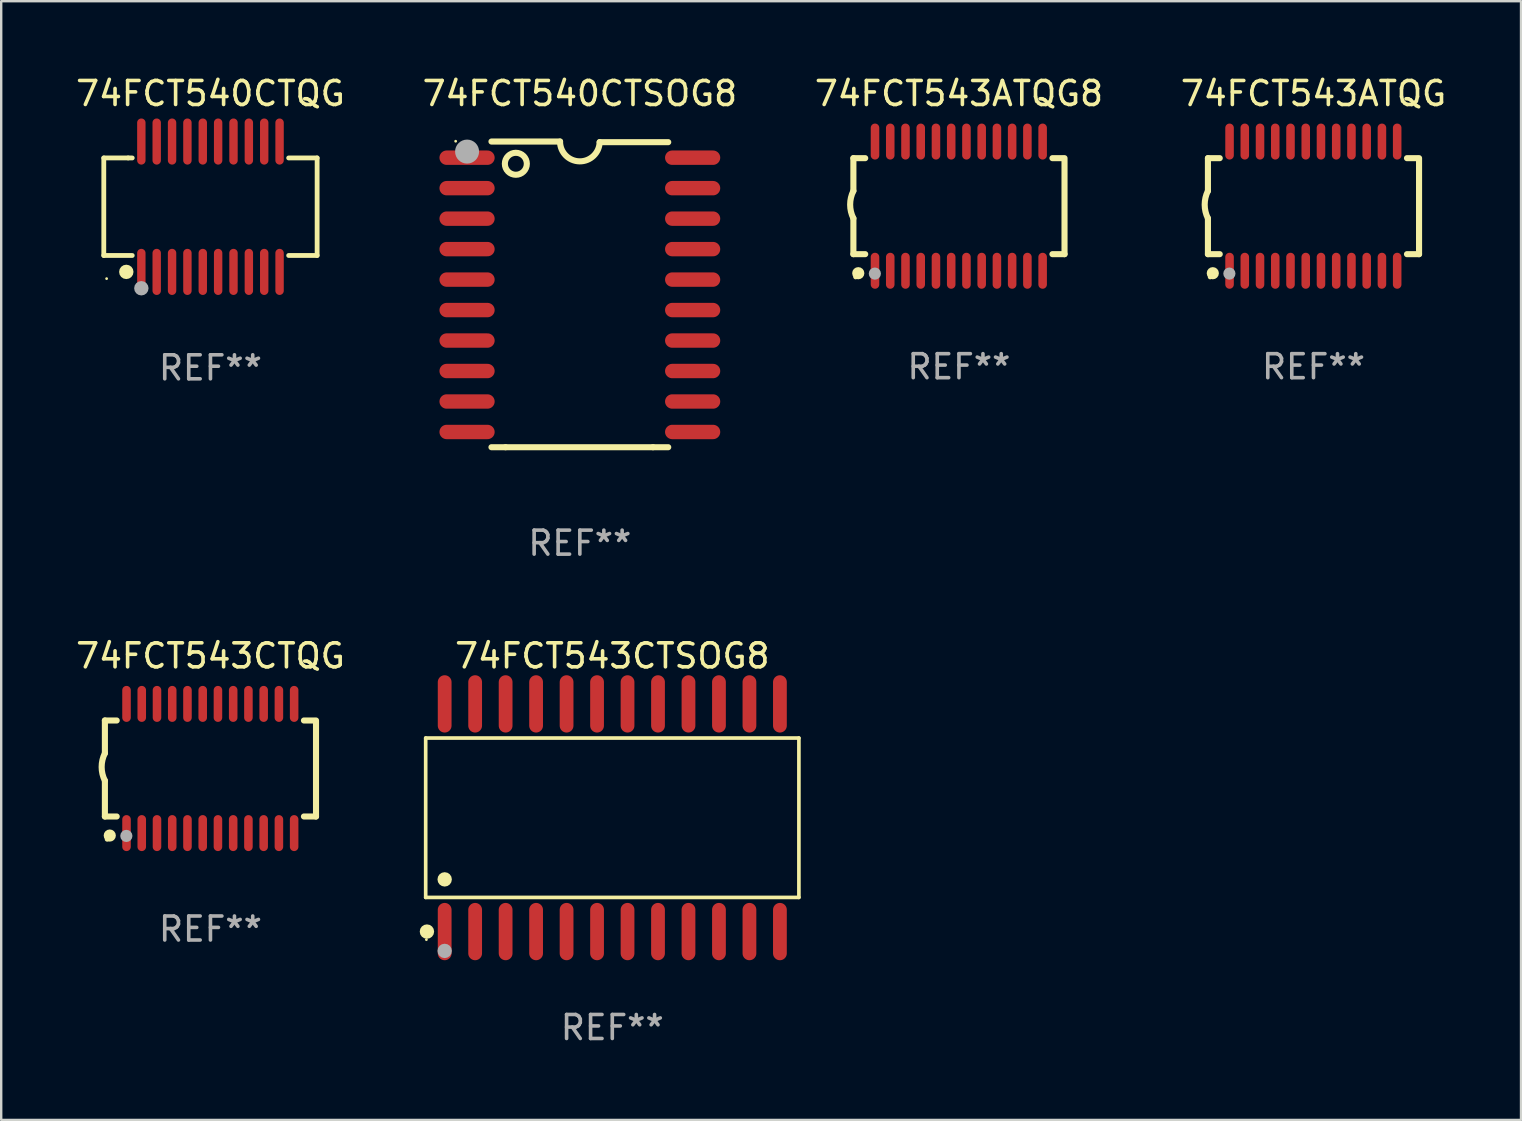
<source format=kicad_pcb>
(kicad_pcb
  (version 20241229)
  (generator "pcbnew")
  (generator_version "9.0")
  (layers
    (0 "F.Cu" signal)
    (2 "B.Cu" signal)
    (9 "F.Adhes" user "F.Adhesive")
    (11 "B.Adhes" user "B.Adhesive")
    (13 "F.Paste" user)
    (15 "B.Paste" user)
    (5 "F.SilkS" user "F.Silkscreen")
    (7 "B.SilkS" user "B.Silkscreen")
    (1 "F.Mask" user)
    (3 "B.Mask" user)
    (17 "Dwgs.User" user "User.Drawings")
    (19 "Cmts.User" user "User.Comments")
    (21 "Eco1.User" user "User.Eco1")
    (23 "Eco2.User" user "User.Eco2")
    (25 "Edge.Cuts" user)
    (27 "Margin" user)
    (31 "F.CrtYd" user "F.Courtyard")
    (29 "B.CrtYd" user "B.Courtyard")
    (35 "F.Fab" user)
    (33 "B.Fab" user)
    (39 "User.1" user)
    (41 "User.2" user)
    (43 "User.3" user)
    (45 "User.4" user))
  (footprint "74FCT543ATQG"
    (layer "F.Cu")
    (at 51.685 5.541)
    (property "Reference" "74FCT543ATQG" (at 0 -4.692 0) (layer "F.SilkS") (effects (font (size 1 1) (thickness 0.15))))
    (attr through_hole)
    (fp_line (start -4.399 -2) (end -4.399 -0.635) (stroke (width 0.254) (type solid)) (layer "F.SilkS"))
    (fp_line (start -4.399 -2) (end -3.907 -2) (stroke (width 0.254) (type solid)) (layer "F.SilkS"))
    (fp_line (start -4.399 2) (end -4.399 0.508) (stroke (width 0.254) (type solid)) (layer "F.SilkS"))
    (fp_line (start -4.399 2) (end -3.907 2) (stroke (width 0.254) (type solid)) (layer "F.SilkS"))
    (fp_line (start 3.896 -2) (end 4.313 -2) (stroke (width 0.254) (type solid)) (layer "F.SilkS"))
    (fp_line (start 3.896 2) (end 4.399 2) (stroke (width 0.254) (type solid)) (layer "F.SilkS"))
    (fp_line (start 4.399 2) (end 4.399 -2) (stroke (width 0.254) (type solid)) (layer "F.SilkS"))
    (fp_arc (start -4.399301 0.508001) (mid -4.534214 -0.0635) (end -4.399301 -0.635001) (stroke (width 0.254001) (type solid)) (layer "F.SilkS"))
    (fp_circle (center -4.305 2.95) (end -4.255 2.95) (stroke (width 0.1) (type solid)) (fill no) (layer "F.SilkS"))
    (fp_circle (center -4.196 2.794) (end -4.069 2.794) (stroke (width 0.254) (type solid)) (fill no) (layer "F.SilkS"))
    (fp_circle (center -3.505 2.81) (end -3.378 2.81) (stroke (width 0.254) (type solid)) (fill no) (layer "F.Fab"))
    (fp_text user "REF**" (at 0 6.692 0) (layer "F.Fab") (effects (font (size 1 1) (thickness 0.15))))
    (pad "1" smd oval (at -3.498 2.692 90) (size 1.5 0.356) (layers "F.Cu" "F.Mask" "F.Paste"))
    (pad "2" smd oval (at -2.863 2.692 90) (size 1.5 0.356) (layers "F.Cu" "F.Mask" "F.Paste"))
    (pad "3" smd oval (at -2.228 2.692 90) (size 1.5 0.356) (layers "F.Cu" "F.Mask" "F.Paste"))
    (pad "4" smd oval (at -1.593 2.692 90) (size 1.5 0.356) (layers "F.Cu" "F.Mask" "F.Paste"))
    (pad "5" smd oval (at -0.958 2.692 90) (size 1.5 0.356) (layers "F.Cu" "F.Mask" "F.Paste"))
    (pad "6" smd oval (at -0.323 2.692 90) (size 1.5 0.356) (layers "F.Cu" "F.Mask" "F.Paste"))
    (pad "7" smd oval (at 0.312 2.692 90) (size 1.5 0.356) (layers "F.Cu" "F.Mask" "F.Paste"))
    (pad "8" smd oval (at 0.947 2.692 90) (size 1.5 0.356) (layers "F.Cu" "F.Mask" "F.Paste"))
    (pad "9" smd oval (at 1.582 2.692 90) (size 1.5 0.356) (layers "F.Cu" "F.Mask" "F.Paste"))
    (pad "10" smd oval (at 2.217 2.692 90) (size 1.5 0.356) (layers "F.Cu" "F.Mask" "F.Paste"))
    (pad "11" smd oval (at 2.852 2.692 90) (size 1.5 0.356) (layers "F.Cu" "F.Mask" "F.Paste"))
    (pad "12" smd oval (at 3.487 2.692 90) (size 1.5 0.356) (layers "F.Cu" "F.Mask" "F.Paste"))
    (pad "13" smd oval (at 3.487 -2.692 90) (size 1.5 0.356) (layers "F.Cu" "F.Mask" "F.Paste"))
    (pad "14" smd oval (at 2.852 -2.692 90) (size 1.5 0.356) (layers "F.Cu" "F.Mask" "F.Paste"))
    (pad "15" smd oval (at 2.217 -2.692 90) (size 1.5 0.356) (layers "F.Cu" "F.Mask" "F.Paste"))
    (pad "16" smd oval (at 1.582 -2.692 90) (size 1.5 0.356) (layers "F.Cu" "F.Mask" "F.Paste"))
    (pad "17" smd oval (at 0.947 -2.692 90) (size 1.5 0.356) (layers "F.Cu" "F.Mask" "F.Paste"))
    (pad "18" smd oval (at 0.312 -2.692 90) (size 1.5 0.356) (layers "F.Cu" "F.Mask" "F.Paste"))
    (pad "19" smd oval (at -0.323 -2.692 90) (size 1.5 0.356) (layers "F.Cu" "F.Mask" "F.Paste"))
    (pad "20" smd oval (at -0.958 -2.692 90) (size 1.5 0.356) (layers "F.Cu" "F.Mask" "F.Paste"))
    (pad "21" smd oval (at -1.593 -2.692 90) (size 1.5 0.356) (layers "F.Cu" "F.Mask" "F.Paste"))
    (pad "22" smd oval (at -2.228 -2.692 90) (size 1.5 0.356) (layers "F.Cu" "F.Mask" "F.Paste"))
    (pad "23" smd oval (at -2.863 -2.692 90) (size 1.5 0.356) (layers "F.Cu" "F.Mask" "F.Paste"))
    (pad "24" smd oval (at -3.498 -2.692 90) (size 1.5 0.356) (layers "F.Cu" "F.Mask" "F.Paste")))
  (footprint "74FCT543ATQG8"
    (layer "F.Cu")
    (at 36.911 5.541)
    (property "Reference" "74FCT543ATQG8" (at 0 -4.692 0) (layer "F.SilkS") (effects (font (size 1 1) (thickness 0.15))))
    (attr through_hole)
    (fp_line (start -4.399 -2) (end -4.399 -0.635) (stroke (width 0.254) (type solid)) (layer "F.SilkS"))
    (fp_line (start -4.399 -2) (end -3.907 -2) (stroke (width 0.254) (type solid)) (layer "F.SilkS"))
    (fp_line (start -4.399 2) (end -4.399 0.508) (stroke (width 0.254) (type solid)) (layer "F.SilkS"))
    (fp_line (start -4.399 2) (end -3.907 2) (stroke (width 0.254) (type solid)) (layer "F.SilkS"))
    (fp_line (start 3.896 -2) (end 4.313 -2) (stroke (width 0.254) (type solid)) (layer "F.SilkS"))
    (fp_line (start 3.896 2) (end 4.399 2) (stroke (width 0.254) (type solid)) (layer "F.SilkS"))
    (fp_line (start 4.399 2) (end 4.399 -2) (stroke (width 0.254) (type solid)) (layer "F.SilkS"))
    (fp_arc (start -4.399301 0.508001) (mid -4.534214 -0.0635) (end -4.399301 -0.635001) (stroke (width 0.254001) (type solid)) (layer "F.SilkS"))
    (fp_circle (center -4.305 2.95) (end -4.255 2.95) (stroke (width 0.1) (type solid)) (fill no) (layer "F.SilkS"))
    (fp_circle (center -4.196 2.794) (end -4.069 2.794) (stroke (width 0.254) (type solid)) (fill no) (layer "F.SilkS"))
    (fp_circle (center -3.505 2.81) (end -3.378 2.81) (stroke (width 0.254) (type solid)) (fill no) (layer "F.Fab"))
    (fp_text user "REF**" (at 0 6.692 0) (layer "F.Fab") (effects (font (size 1 1) (thickness 0.15))))
    (pad "1" smd oval (at -3.498 2.692 90) (size 1.5 0.356) (layers "F.Cu" "F.Mask" "F.Paste"))
    (pad "2" smd oval (at -2.863 2.692 90) (size 1.5 0.356) (layers "F.Cu" "F.Mask" "F.Paste"))
    (pad "3" smd oval (at -2.228 2.692 90) (size 1.5 0.356) (layers "F.Cu" "F.Mask" "F.Paste"))
    (pad "4" smd oval (at -1.593 2.692 90) (size 1.5 0.356) (layers "F.Cu" "F.Mask" "F.Paste"))
    (pad "5" smd oval (at -0.958 2.692 90) (size 1.5 0.356) (layers "F.Cu" "F.Mask" "F.Paste"))
    (pad "6" smd oval (at -0.323 2.692 90) (size 1.5 0.356) (layers "F.Cu" "F.Mask" "F.Paste"))
    (pad "7" smd oval (at 0.312 2.692 90) (size 1.5 0.356) (layers "F.Cu" "F.Mask" "F.Paste"))
    (pad "8" smd oval (at 0.947 2.692 90) (size 1.5 0.356) (layers "F.Cu" "F.Mask" "F.Paste"))
    (pad "9" smd oval (at 1.582 2.692 90) (size 1.5 0.356) (layers "F.Cu" "F.Mask" "F.Paste"))
    (pad "10" smd oval (at 2.217 2.692 90) (size 1.5 0.356) (layers "F.Cu" "F.Mask" "F.Paste"))
    (pad "11" smd oval (at 2.852 2.692 90) (size 1.5 0.356) (layers "F.Cu" "F.Mask" "F.Paste"))
    (pad "12" smd oval (at 3.487 2.692 90) (size 1.5 0.356) (layers "F.Cu" "F.Mask" "F.Paste"))
    (pad "13" smd oval (at 3.487 -2.692 90) (size 1.5 0.356) (layers "F.Cu" "F.Mask" "F.Paste"))
    (pad "14" smd oval (at 2.852 -2.692 90) (size 1.5 0.356) (layers "F.Cu" "F.Mask" "F.Paste"))
    (pad "15" smd oval (at 2.217 -2.692 90) (size 1.5 0.356) (layers "F.Cu" "F.Mask" "F.Paste"))
    (pad "16" smd oval (at 1.582 -2.692 90) (size 1.5 0.356) (layers "F.Cu" "F.Mask" "F.Paste"))
    (pad "17" smd oval (at 0.947 -2.692 90) (size 1.5 0.356) (layers "F.Cu" "F.Mask" "F.Paste"))
    (pad "18" smd oval (at 0.312 -2.692 90) (size 1.5 0.356) (layers "F.Cu" "F.Mask" "F.Paste"))
    (pad "19" smd oval (at -0.323 -2.692 90) (size 1.5 0.356) (layers "F.Cu" "F.Mask" "F.Paste"))
    (pad "20" smd oval (at -0.958 -2.692 90) (size 1.5 0.356) (layers "F.Cu" "F.Mask" "F.Paste"))
    (pad "21" smd oval (at -1.593 -2.692 90) (size 1.5 0.356) (layers "F.Cu" "F.Mask" "F.Paste"))
    (pad "22" smd oval (at -2.228 -2.692 90) (size 1.5 0.356) (layers "F.Cu" "F.Mask" "F.Paste"))
    (pad "23" smd oval (at -2.863 -2.692 90) (size 1.5 0.356) (layers "F.Cu" "F.Mask" "F.Paste"))
    (pad "24" smd oval (at -3.498 -2.692 90) (size 1.5 0.356) (layers "F.Cu" "F.Mask" "F.Paste")))
  (footprint "74FCT540CTSOG8"
    (layer "F.Cu")
    (at 21.113 9.217)
    (property "Reference" "74FCT540CTSOG8" (at 0 -8.369 0) (layer "F.SilkS") (effects (font (size 1 1) (thickness 0.15))))
    (attr through_hole)
    (fp_line (start -3.096 6.369) (end -3.683 6.369) (stroke (width 0.254) (type solid)) (layer "F.SilkS"))
    (fp_line (start -0.825 -6.369) (end -3.683 -6.369) (stroke (width 0.254) (type solid)) (layer "F.SilkS"))
    (fp_line (start 0.826 -6.343) (end 3.683 -6.343) (stroke (width 0.254) (type solid)) (layer "F.SilkS"))
    (fp_line (start 3.048 6.369) (end -3.096 6.369) (stroke (width 0.254) (type solid)) (layer "F.SilkS"))
    (fp_line (start 3.048 6.369) (end 3.683 6.369) (stroke (width 0.254) (type solid)) (layer "F.SilkS"))
    (fp_arc (start 0.825527 -6.343129) (mid -0.012478 -5.543126) (end -0.825476 -6.36853) (stroke (width 0.254001) (type solid)) (layer "F.SilkS"))
    (fp_circle (center -5.175 -6.382) (end -5.145 -6.382) (stroke (width 0.06) (type solid)) (fill no) (layer "F.SilkS"))
    (fp_circle (center -2.667 -5.442) (end -2.209 -5.442) (stroke (width 0.254) (type solid)) (fill no) (layer "F.SilkS"))
    (fp_circle (center -4.699 -5.95) (end -4.449 -5.95) (stroke (width 0.5) (type solid)) (fill no) (layer "F.Fab"))
    (fp_text user "REF**" (at 0 10.369 0) (layer "F.Fab") (effects (font (size 1 1) (thickness 0.15))))
    (pad "1" smd oval (at -4.7 -5.696 90) (size 0.6 2.3) (layers "F.Cu" "F.Mask" "F.Paste"))
    (pad "2" smd oval (at -4.7 -4.426 90) (size 0.6 2.3) (layers "F.Cu" "F.Mask" "F.Paste"))
    (pad "3" smd oval (at -4.7 -3.156 90) (size 0.6 2.3) (layers "F.Cu" "F.Mask" "F.Paste"))
    (pad "4" smd oval (at -4.7 -1.886 90) (size 0.6 2.3) (layers "F.Cu" "F.Mask" "F.Paste"))
    (pad "5" smd oval (at -4.7 -0.616 90) (size 0.6 2.3) (layers "F.Cu" "F.Mask" "F.Paste"))
    (pad "6" smd oval (at -4.7 0.654 90) (size 0.6 2.3) (layers "F.Cu" "F.Mask" "F.Paste"))
    (pad "7" smd oval (at -4.7 1.924 90) (size 0.6 2.3) (layers "F.Cu" "F.Mask" "F.Paste"))
    (pad "8" smd oval (at -4.7 3.194 90) (size 0.6 2.3) (layers "F.Cu" "F.Mask" "F.Paste"))
    (pad "9" smd oval (at -4.7 4.464 90) (size 0.6 2.3) (layers "F.Cu" "F.Mask" "F.Paste"))
    (pad "10" smd oval (at -4.7 5.734 90) (size 0.6 2.3) (layers "F.Cu" "F.Mask" "F.Paste"))
    (pad "11" smd oval (at 4.7 5.734 90) (size 0.6 2.3) (layers "F.Cu" "F.Mask" "F.Paste"))
    (pad "12" smd oval (at 4.7 4.464 90) (size 0.6 2.3) (layers "F.Cu" "F.Mask" "F.Paste"))
    (pad "13" smd oval (at 4.7 3.194 90) (size 0.6 2.3) (layers "F.Cu" "F.Mask" "F.Paste"))
    (pad "14" smd oval (at 4.7 1.924 90) (size 0.6 2.3) (layers "F.Cu" "F.Mask" "F.Paste"))
    (pad "15" smd oval (at 4.7 0.654 90) (size 0.6 2.3) (layers "F.Cu" "F.Mask" "F.Paste"))
    (pad "16" smd oval (at 4.7 -0.616 90) (size 0.6 2.3) (layers "F.Cu" "F.Mask" "F.Paste"))
    (pad "17" smd oval (at 4.7 -1.886 90) (size 0.6 2.3) (layers "F.Cu" "F.Mask" "F.Paste"))
    (pad "18" smd oval (at 4.7 -3.156 90) (size 0.6 2.3) (layers "F.Cu" "F.Mask" "F.Paste"))
    (pad "19" smd oval (at 4.7 -4.426 90) (size 0.6 2.3) (layers "F.Cu" "F.Mask" "F.Paste"))
    (pad "20" smd oval (at 4.7 -5.696 90) (size 0.6 2.3) (layers "F.Cu" "F.Mask" "F.Paste")))
  (footprint "74FCT540CTQG"
    (layer "F.Cu")
    (at 5.72 5.564)
    (property "Reference" "74FCT540CTQG" (at 0 -4.716 0) (layer "F.SilkS") (effects (font (size 1 1) (thickness 0.15))))
    (attr through_hole)
    (fp_line (start -4.445 -2.032) (end -4.445 2.032) (stroke (width 0.2) (type solid)) (layer "F.SilkS"))
    (fp_line (start -4.445 2.032) (end -3.259 2.032) (stroke (width 0.2) (type solid)) (layer "F.SilkS"))
    (fp_line (start -3.429 -2.032) (end -4.445 -2.032) (stroke (width 0.2) (type solid)) (layer "F.SilkS"))
    (fp_line (start -3.259 -2.032) (end -3.429 -2.032) (stroke (width 0.2) (type solid)) (layer "F.SilkS"))
    (fp_line (start 3.259 2.032) (end 4.445 2.032) (stroke (width 0.2) (type solid)) (layer "F.SilkS"))
    (fp_line (start 4.445 -2.032) (end 3.259 -2.032) (stroke (width 0.2) (type solid)) (layer "F.SilkS"))
    (fp_line (start 4.445 2.032) (end 4.445 -2.032) (stroke (width 0.2) (type solid)) (layer "F.SilkS"))
    (fp_circle (center -4.327 2.997) (end -4.297 2.997) (stroke (width 0.06) (type solid)) (fill no) (layer "F.SilkS"))
    (fp_circle (center -3.507 2.716) (end -3.357 2.716) (stroke (width 0.3) (type solid)) (fill no) (layer "F.SilkS"))
    (fp_circle (center -2.88 3.398) (end -2.73 3.398) (stroke (width 0.3) (type solid)) (fill no) (layer "F.Fab"))
    (fp_text user "REF**" (at 0 6.716 0) (layer "F.Fab") (effects (font (size 1 1) (thickness 0.15))))
    (pad "1" smd oval (at -2.88 2.716) (size 0.35 1.922) (layers "F.Cu" "F.Mask" "F.Paste"))
    (pad "2" smd oval (at -2.24 2.716) (size 0.35 1.922) (layers "F.Cu" "F.Mask" "F.Paste"))
    (pad "3" smd oval (at -1.6 2.716) (size 0.35 1.922) (layers "F.Cu" "F.Mask" "F.Paste"))
    (pad "4" smd oval (at -0.96 2.716) (size 0.35 1.922) (layers "F.Cu" "F.Mask" "F.Paste"))
    (pad "5" smd oval (at -0.32 2.716) (size 0.35 1.922) (layers "F.Cu" "F.Mask" "F.Paste"))
    (pad "6" smd oval (at 0.32 2.716) (size 0.35 1.922) (layers "F.Cu" "F.Mask" "F.Paste"))
    (pad "7" smd oval (at 0.96 2.716) (size 0.35 1.922) (layers "F.Cu" "F.Mask" "F.Paste"))
    (pad "8" smd oval (at 1.6 2.716) (size 0.35 1.922) (layers "F.Cu" "F.Mask" "F.Paste"))
    (pad "9" smd oval (at 2.24 2.716) (size 0.35 1.922) (layers "F.Cu" "F.Mask" "F.Paste"))
    (pad "10" smd oval (at 2.88 2.716) (size 0.35 1.922) (layers "F.Cu" "F.Mask" "F.Paste"))
    (pad "11" smd oval (at 2.88 -2.716) (size 0.35 1.922) (layers "F.Cu" "F.Mask" "F.Paste"))
    (pad "12" smd oval (at 2.24 -2.716) (size 0.35 1.922) (layers "F.Cu" "F.Mask" "F.Paste"))
    (pad "13" smd oval (at 1.6 -2.716) (size 0.35 1.922) (layers "F.Cu" "F.Mask" "F.Paste"))
    (pad "14" smd oval (at 0.96 -2.716) (size 0.35 1.922) (layers "F.Cu" "F.Mask" "F.Paste"))
    (pad "15" smd oval (at 0.32 -2.716) (size 0.35 1.922) (layers "F.Cu" "F.Mask" "F.Paste"))
    (pad "16" smd oval (at -0.32 -2.716) (size 0.35 1.922) (layers "F.Cu" "F.Mask" "F.Paste"))
    (pad "17" smd oval (at -0.96 -2.716) (size 0.35 1.922) (layers "F.Cu" "F.Mask" "F.Paste"))
    (pad "18" smd oval (at -1.6 -2.716) (size 0.35 1.922) (layers "F.Cu" "F.Mask" "F.Paste"))
    (pad "19" smd oval (at -2.24 -2.716) (size 0.35 1.922) (layers "F.Cu" "F.Mask" "F.Paste"))
    (pad "20" smd oval (at -2.88 -2.716) (size 0.35 1.922) (layers "F.Cu" "F.Mask" "F.Paste")))
  (footprint "74FCT543CTQG"
    (layer "F.Cu")
    (at 5.72 28.974)
    (property "Reference" "74FCT543CTQG" (at 0 -4.692 0) (layer "F.SilkS") (effects (font (size 1 1) (thickness 0.15))))
    (attr through_hole)
    (fp_line (start -4.399 -2) (end -4.399 -0.635) (stroke (width 0.254) (type solid)) (layer "F.SilkS"))
    (fp_line (start -4.399 -2) (end -3.907 -2) (stroke (width 0.254) (type solid)) (layer "F.SilkS"))
    (fp_line (start -4.399 2) (end -4.399 0.508) (stroke (width 0.254) (type solid)) (layer "F.SilkS"))
    (fp_line (start -4.399 2) (end -3.907 2) (stroke (width 0.254) (type solid)) (layer "F.SilkS"))
    (fp_line (start 3.896 -2) (end 4.313 -2) (stroke (width 0.254) (type solid)) (layer "F.SilkS"))
    (fp_line (start 3.896 2) (end 4.399 2) (stroke (width 0.254) (type solid)) (layer "F.SilkS"))
    (fp_line (start 4.399 2) (end 4.399 -2) (stroke (width 0.254) (type solid)) (layer "F.SilkS"))
    (fp_arc (start -4.399301 0.508001) (mid -4.534214 -0.0635) (end -4.399301 -0.635001) (stroke (width 0.254001) (type solid)) (layer "F.SilkS"))
    (fp_circle (center -4.305 2.95) (end -4.255 2.95) (stroke (width 0.1) (type solid)) (fill no) (layer "F.SilkS"))
    (fp_circle (center -4.196 2.794) (end -4.069 2.794) (stroke (width 0.254) (type solid)) (fill no) (layer "F.SilkS"))
    (fp_circle (center -3.505 2.81) (end -3.378 2.81) (stroke (width 0.254) (type solid)) (fill no) (layer "F.Fab"))
    (fp_text user "REF**" (at 0 6.692 0) (layer "F.Fab") (effects (font (size 1 1) (thickness 0.15))))
    (pad "1" smd oval (at -3.498 2.692 90) (size 1.5 0.356) (layers "F.Cu" "F.Mask" "F.Paste"))
    (pad "2" smd oval (at -2.863 2.692 90) (size 1.5 0.356) (layers "F.Cu" "F.Mask" "F.Paste"))
    (pad "3" smd oval (at -2.228 2.692 90) (size 1.5 0.356) (layers "F.Cu" "F.Mask" "F.Paste"))
    (pad "4" smd oval (at -1.593 2.692 90) (size 1.5 0.356) (layers "F.Cu" "F.Mask" "F.Paste"))
    (pad "5" smd oval (at -0.958 2.692 90) (size 1.5 0.356) (layers "F.Cu" "F.Mask" "F.Paste"))
    (pad "6" smd oval (at -0.323 2.692 90) (size 1.5 0.356) (layers "F.Cu" "F.Mask" "F.Paste"))
    (pad "7" smd oval (at 0.312 2.692 90) (size 1.5 0.356) (layers "F.Cu" "F.Mask" "F.Paste"))
    (pad "8" smd oval (at 0.947 2.692 90) (size 1.5 0.356) (layers "F.Cu" "F.Mask" "F.Paste"))
    (pad "9" smd oval (at 1.582 2.692 90) (size 1.5 0.356) (layers "F.Cu" "F.Mask" "F.Paste"))
    (pad "10" smd oval (at 2.217 2.692 90) (size 1.5 0.356) (layers "F.Cu" "F.Mask" "F.Paste"))
    (pad "11" smd oval (at 2.852 2.692 90) (size 1.5 0.356) (layers "F.Cu" "F.Mask" "F.Paste"))
    (pad "12" smd oval (at 3.487 2.692 90) (size 1.5 0.356) (layers "F.Cu" "F.Mask" "F.Paste"))
    (pad "13" smd oval (at 3.487 -2.692 90) (size 1.5 0.356) (layers "F.Cu" "F.Mask" "F.Paste"))
    (pad "14" smd oval (at 2.852 -2.692 90) (size 1.5 0.356) (layers "F.Cu" "F.Mask" "F.Paste"))
    (pad "15" smd oval (at 2.217 -2.692 90) (size 1.5 0.356) (layers "F.Cu" "F.Mask" "F.Paste"))
    (pad "16" smd oval (at 1.582 -2.692 90) (size 1.5 0.356) (layers "F.Cu" "F.Mask" "F.Paste"))
    (pad "17" smd oval (at 0.947 -2.692 90) (size 1.5 0.356) (layers "F.Cu" "F.Mask" "F.Paste"))
    (pad "18" smd oval (at 0.312 -2.692 90) (size 1.5 0.356) (layers "F.Cu" "F.Mask" "F.Paste"))
    (pad "19" smd oval (at -0.323 -2.692 90) (size 1.5 0.356) (layers "F.Cu" "F.Mask" "F.Paste"))
    (pad "20" smd oval (at -0.958 -2.692 90) (size 1.5 0.356) (layers "F.Cu" "F.Mask" "F.Paste"))
    (pad "21" smd oval (at -1.593 -2.692 90) (size 1.5 0.356) (layers "F.Cu" "F.Mask" "F.Paste"))
    (pad "22" smd oval (at -2.228 -2.692 90) (size 1.5 0.356) (layers "F.Cu" "F.Mask" "F.Paste"))
    (pad "23" smd oval (at -2.863 -2.692 90) (size 1.5 0.356) (layers "F.Cu" "F.Mask" "F.Paste"))
    (pad "24" smd oval (at -3.498 -2.692 90) (size 1.5 0.356) (layers "F.Cu" "F.Mask" "F.Paste")))
  (footprint "74FCT543CTSOG8"
    (layer "F.Cu")
    (at 22.465 31.026)
    (property "Reference" "74FCT543CTSOG8" (at 0 -6.744 0) (layer "F.SilkS") (effects (font (size 1 1) (thickness 0.15))))
    (attr through_hole)
    (fp_line (start -7.776 -3.321) (end 7.776 -3.321) (stroke (width 0.152) (type solid)) (layer "F.SilkS"))
    (fp_line (start -7.776 3.321) (end -7.776 -3.321) (stroke (width 0.152) (type solid)) (layer "F.SilkS"))
    (fp_line (start 7.776 -3.321) (end 7.776 3.321) (stroke (width 0.152) (type solid)) (layer "F.SilkS"))
    (fp_line (start 7.776 3.321) (end -7.776 3.321) (stroke (width 0.152) (type solid)) (layer "F.SilkS"))
    (fp_circle (center -7.747 5.08) (end -7.717 5.08) (stroke (width 0.06) (type solid)) (fill no) (layer "F.SilkS"))
    (fp_circle (center -7.724 4.744) (end -7.574 4.744) (stroke (width 0.3) (type solid)) (fill no) (layer "F.SilkS"))
    (fp_circle (center -6.985 2.569) (end -6.835 2.569) (stroke (width 0.3) (type solid)) (fill no) (layer "F.SilkS"))
    (fp_circle (center -6.985 5.55) (end -6.835 5.55) (stroke (width 0.3) (type solid)) (fill no) (layer "F.Fab"))
    (fp_text user "REF**" (at 0 8.744 0) (layer "F.Fab") (effects (font (size 1 1) (thickness 0.15))))
    (pad "1" smd oval (at -6.985 4.744) (size 0.574 2.388) (layers "F.Cu" "F.Mask" "F.Paste"))
    (pad "2" smd oval (at -5.715 4.744) (size 0.574 2.388) (layers "F.Cu" "F.Mask" "F.Paste"))
    (pad "3" smd oval (at -4.445 4.744) (size 0.574 2.388) (layers "F.Cu" "F.Mask" "F.Paste"))
    (pad "4" smd oval (at -3.175 4.744) (size 0.574 2.388) (layers "F.Cu" "F.Mask" "F.Paste"))
    (pad "5" smd oval (at -1.905 4.744) (size 0.574 2.388) (layers "F.Cu" "F.Mask" "F.Paste"))
    (pad "6" smd oval (at -0.635 4.744) (size 0.574 2.388) (layers "F.Cu" "F.Mask" "F.Paste"))
    (pad "7" smd oval (at 0.635 4.744) (size 0.574 2.388) (layers "F.Cu" "F.Mask" "F.Paste"))
    (pad "8" smd oval (at 1.905 4.744) (size 0.574 2.388) (layers "F.Cu" "F.Mask" "F.Paste"))
    (pad "9" smd oval (at 3.175 4.744) (size 0.574 2.388) (layers "F.Cu" "F.Mask" "F.Paste"))
    (pad "10" smd oval (at 4.445 4.744) (size 0.574 2.388) (layers "F.Cu" "F.Mask" "F.Paste"))
    (pad "11" smd oval (at 5.715 4.744) (size 0.574 2.388) (layers "F.Cu" "F.Mask" "F.Paste"))
    (pad "12" smd oval (at 6.985 4.744) (size 0.574 2.388) (layers "F.Cu" "F.Mask" "F.Paste"))
    (pad "13" smd oval (at 6.985 -4.744) (size 0.574 2.388) (layers "F.Cu" "F.Mask" "F.Paste"))
    (pad "14" smd oval (at 5.715 -4.744) (size 0.574 2.388) (layers "F.Cu" "F.Mask" "F.Paste"))
    (pad "15" smd oval (at 4.445 -4.744) (size 0.574 2.388) (layers "F.Cu" "F.Mask" "F.Paste"))
    (pad "16" smd oval (at 3.175 -4.744) (size 0.574 2.388) (layers "F.Cu" "F.Mask" "F.Paste"))
    (pad "17" smd oval (at 1.905 -4.744) (size 0.574 2.388) (layers "F.Cu" "F.Mask" "F.Paste"))
    (pad "18" smd oval (at 0.635 -4.744) (size 0.574 2.388) (layers "F.Cu" "F.Mask" "F.Paste"))
    (pad "19" smd oval (at -0.635 -4.744) (size 0.574 2.388) (layers "F.Cu" "F.Mask" "F.Paste"))
    (pad "20" smd oval (at -1.905 -4.744) (size 0.574 2.388) (layers "F.Cu" "F.Mask" "F.Paste"))
    (pad "21" smd oval (at -3.175 -4.744) (size 0.574 2.388) (layers "F.Cu" "F.Mask" "F.Paste"))
    (pad "22" smd oval (at -4.445 -4.744) (size 0.574 2.388) (layers "F.Cu" "F.Mask" "F.Paste"))
    (pad "23" smd oval (at -5.715 -4.744) (size 0.574 2.388) (layers "F.Cu" "F.Mask" "F.Paste"))
    (pad "24" smd oval (at -6.985 -4.744) (size 0.574 2.388) (layers "F.Cu" "F.Mask" "F.Paste")))
  (gr_rect
    (start -3 -3)
    (end 60.333 43.618)
    (stroke (width 0.1) (type default))
    (fill no)
    (layer "Edge.Cuts")))
</source>
